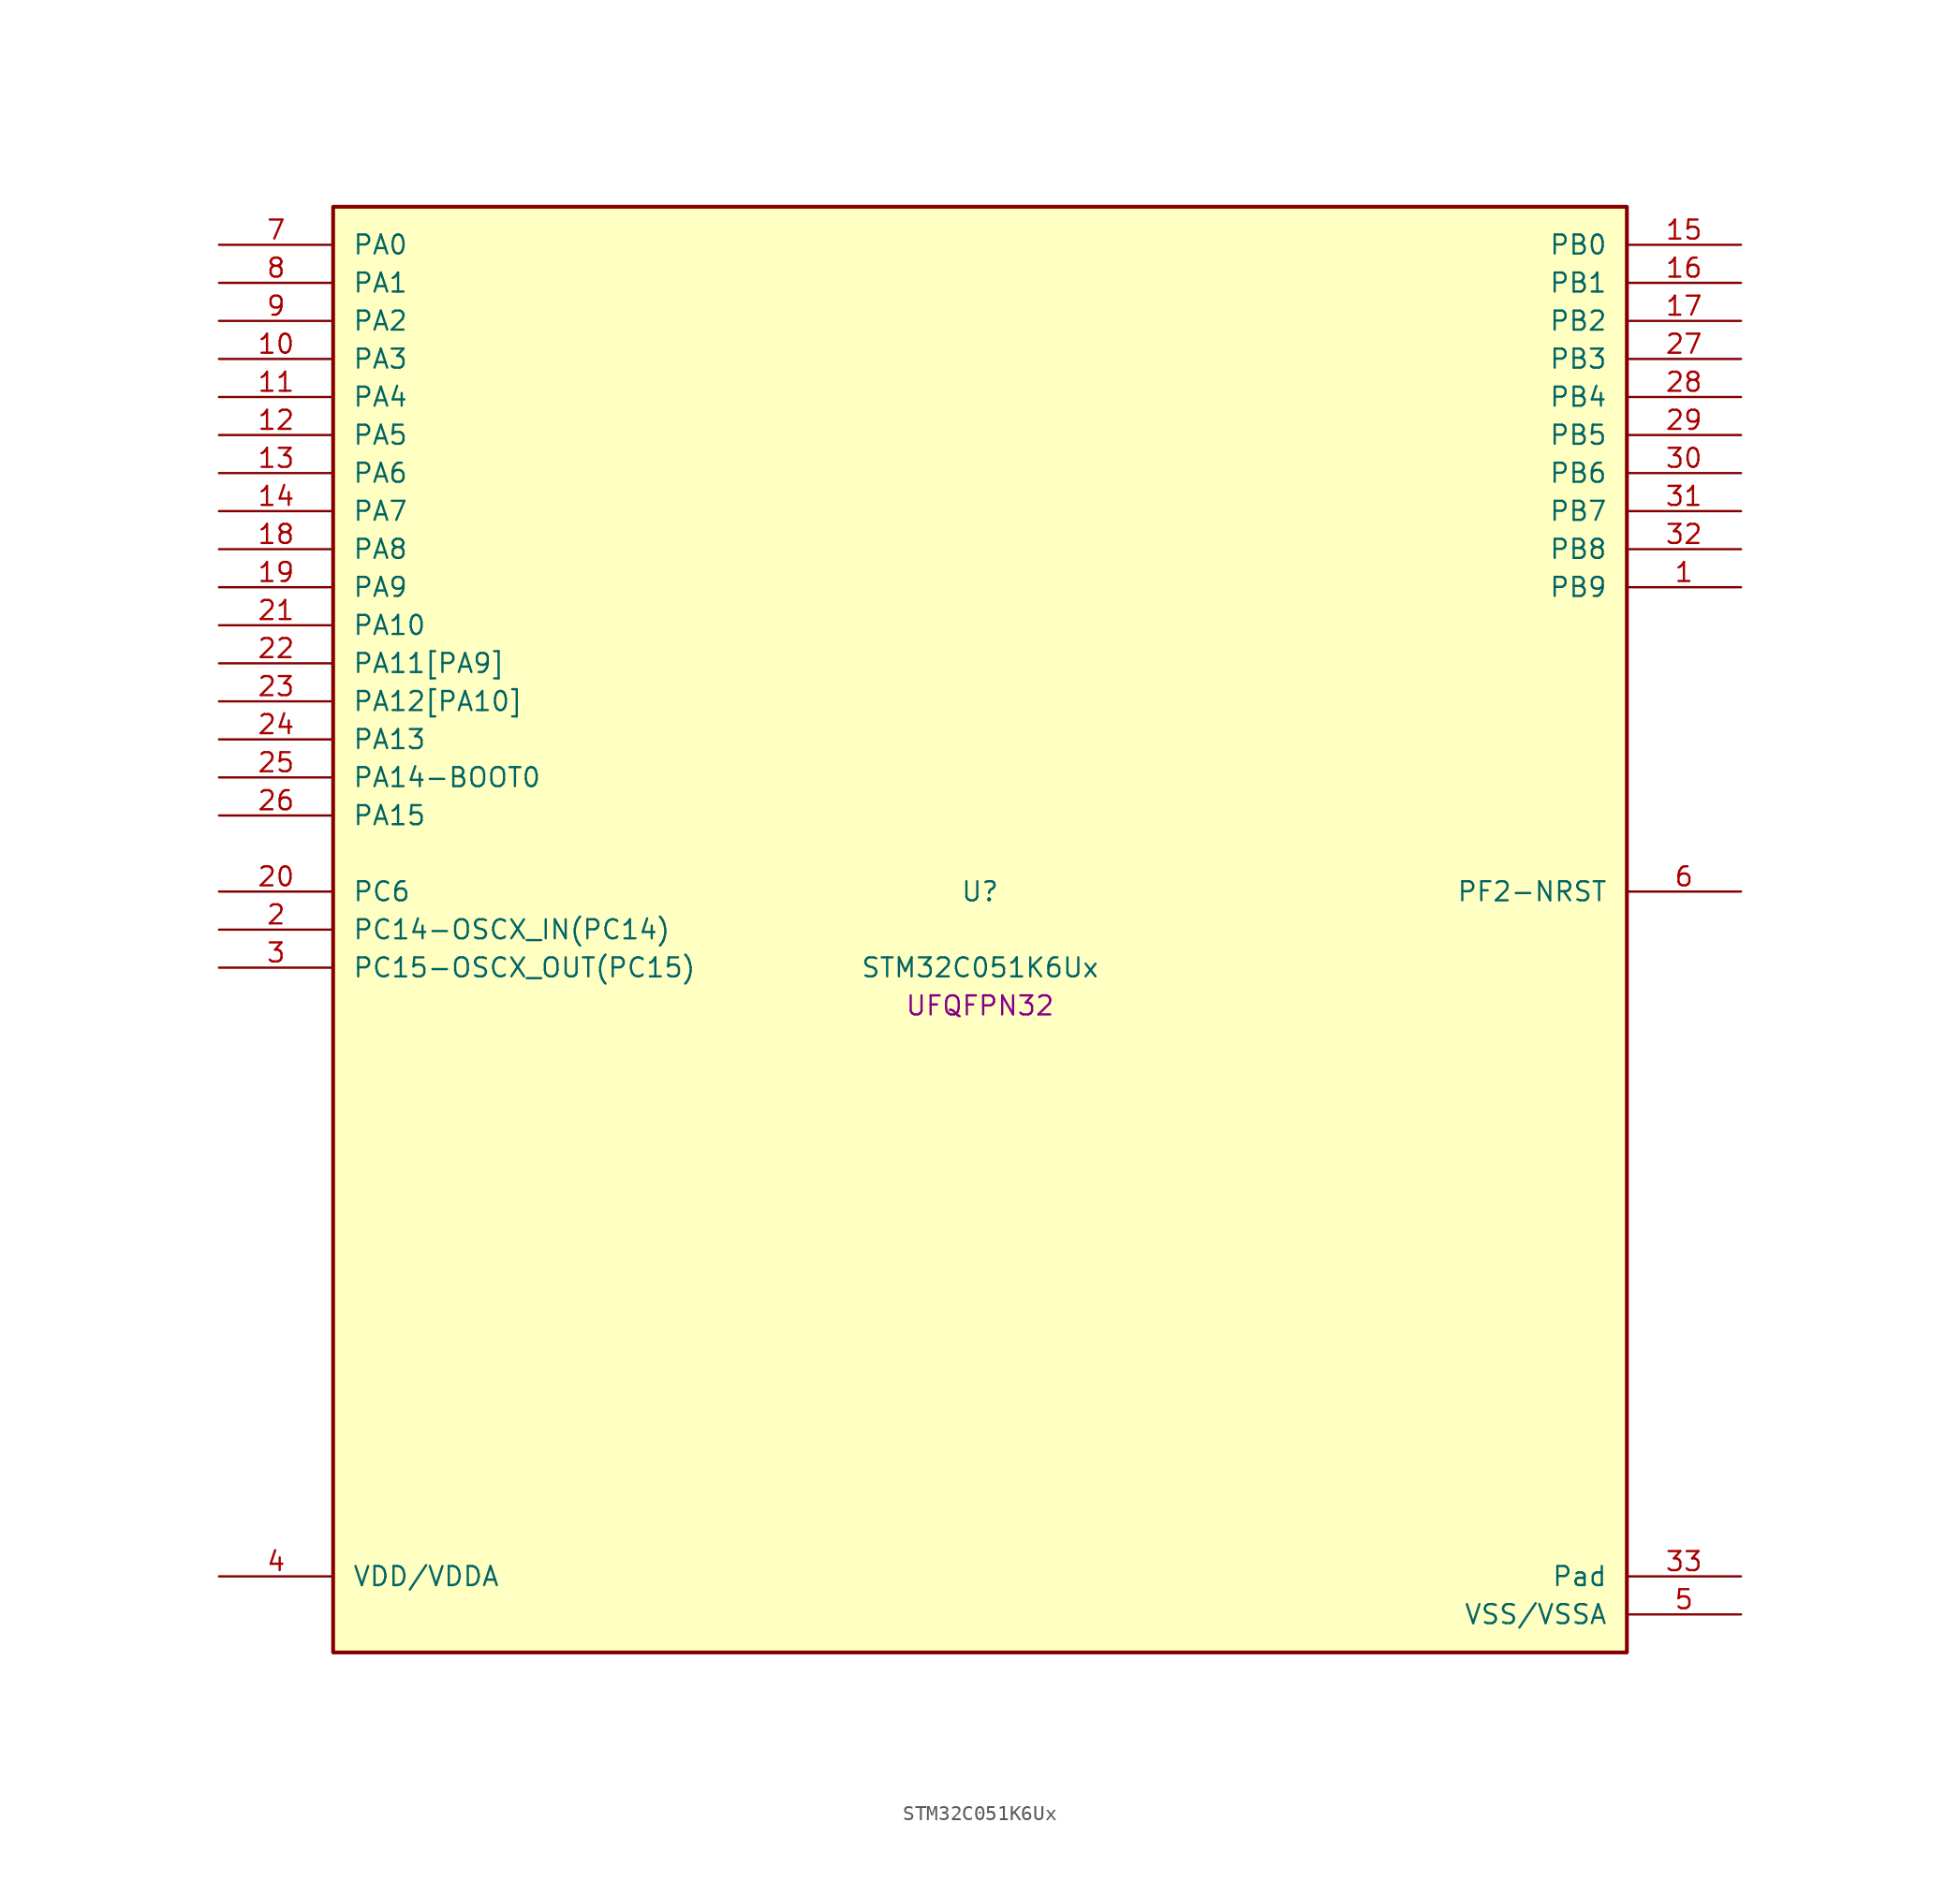
<source format=kicad_sym>
(kicad_symbol_lib
  (version 20241209)
  (generator "stm32_pkl_generator")
  (generator_version "1.0")
  (symbol "STM32C051K6Ux"
    (pin_names
      (offset 1.27))
    (property "Reference" "U"
      (at 0 2.54 0))
    (property "Value" "STM32C051K6Ux"
      (at 0 -2.54 0))
    (property "Footprint" "UFQFPN32"
      (at 0 -5.08 0))
    (symbol "STM32C051K6Ux_1_1"
      (rectangle (start -43.18 48.26) (end 43.18 -48.26) (stroke (width 0.254) (type solid)) (fill (type background)))
      (pin bidirectional line (at -50.8 45.72 0) (length 7.62) (name "PA0") (number "7") (alternate "PA0/ADC1_IN0" bidirectional line) (alternate "PA0/PWR_WKUP1" bidirectional line) (alternate "PA0/SPI2_SCK" bidirectional line) (alternate "PA0/TIM16_CH1" bidirectional line) (alternate "PA0/TIM1_CH1" bidirectional line) (alternate "PA0/TIM2_CH1" bidirectional line) (alternate "PA0/TIM2_ETR" bidirectional line) (alternate "PA0/USART1_TX" bidirectional line) (alternate "PA0/USART2_CTS" bidirectional line) (alternate "PA0/USART2_NSS" bidirectional line))
      (pin bidirectional line (at -50.8 43.18 0) (length 7.62) (name "PA1") (number "8") (alternate "PA1/ADC1_IN1" bidirectional line) (alternate "PA1/I2C1_SMBA" bidirectional line) (alternate "PA1/I2S1_CK" bidirectional line) (alternate "PA1/SPI1_SCK" bidirectional line) (alternate "PA1/TIM17_CH1" bidirectional line) (alternate "PA1/TIM1_CH2" bidirectional line) (alternate "PA1/TIM2_CH2" bidirectional line) (alternate "PA1/USART1_RX" bidirectional line) (alternate "PA1/USART2_CK" bidirectional line) (alternate "PA1/USART2_DE" bidirectional line) (alternate "PA1/USART2_RTS" bidirectional line))
      (pin bidirectional line (at -50.8 40.64 0) (length 7.62) (name "PA2") (number "9") (alternate "PA2/ADC1_IN2" bidirectional line) (alternate "PA2/I2S1_SD" bidirectional line) (alternate "PA2/PWR_WKUP4" bidirectional line) (alternate "PA2/RCC_LSCO" bidirectional line) (alternate "PA2/SPI1_MOSI" bidirectional line) (alternate "PA2/TIM16_CH1N" bidirectional line) (alternate "PA2/TIM1_CH3" bidirectional line) (alternate "PA2/TIM2_CH3" bidirectional line) (alternate "PA2/TIM3_ETR" bidirectional line) (alternate "PA2/USART2_TX" bidirectional line))
      (pin bidirectional line (at -50.8 38.1 0) (length 7.62) (name "PA3") (number "10") (alternate "PA3/ADC1_IN3" bidirectional line) (alternate "PA3/SPI2_MISO" bidirectional line) (alternate "PA3/TIM1_CH1N" bidirectional line) (alternate "PA3/TIM1_CH4" bidirectional line) (alternate "PA3/TIM2_CH4" bidirectional line) (alternate "PA3/USART2_RX" bidirectional line))
      (pin bidirectional line (at -50.8 35.56 0) (length 7.62) (name "PA4") (number "11") (alternate "PA4/ADC1_IN4" bidirectional line) (alternate "PA4/I2S1_WS" bidirectional line) (alternate "PA4/PWR_WKUP2" bidirectional line) (alternate "PA4/RTC_OUT1" bidirectional line) (alternate "PA4/RTC_TS" bidirectional line) (alternate "PA4/SPI1_NSS" bidirectional line) (alternate "PA4/SPI2_MOSI" bidirectional line) (alternate "PA4/TIM14_CH1" bidirectional line) (alternate "PA4/TIM17_CH1N" bidirectional line) (alternate "PA4/TIM1_CH2N" bidirectional line) (alternate "PA4/USART2_TX" bidirectional line))
      (pin bidirectional line (at -50.8 33.02 0) (length 7.62) (name "PA5") (number "12") (alternate "PA5/ADC1_IN5" bidirectional line) (alternate "PA5/I2S1_CK" bidirectional line) (alternate "PA5/SPI1_SCK" bidirectional line) (alternate "PA5/TIM1_CH1" bidirectional line) (alternate "PA5/TIM1_CH3N" bidirectional line) (alternate "PA5/TIM2_CH1" bidirectional line) (alternate "PA5/TIM2_ETR" bidirectional line) (alternate "PA5/USART2_RX" bidirectional line))
      (pin bidirectional line (at -50.8 30.48 0) (length 7.62) (name "PA6") (number "13") (alternate "PA6/ADC1_IN6" bidirectional line) (alternate "PA6/I2C2_SDA" bidirectional line) (alternate "PA6/I2S1_MCK" bidirectional line) (alternate "PA6/SPI1_MISO" bidirectional line) (alternate "PA6/TIM16_CH1" bidirectional line) (alternate "PA6/TIM1_BKIN" bidirectional line) (alternate "PA6/TIM3_CH1" bidirectional line) (alternate "PA6/USART1_TX" bidirectional line))
      (pin bidirectional line (at -50.8 27.94 0) (length 7.62) (name "PA7") (number "14") (alternate "PA7/ADC1_IN7" bidirectional line) (alternate "PA7/I2C2_SCL" bidirectional line) (alternate "PA7/I2S1_SD" bidirectional line) (alternate "PA7/SPI1_MOSI" bidirectional line) (alternate "PA7/TIM14_CH1" bidirectional line) (alternate "PA7/TIM17_CH1" bidirectional line) (alternate "PA7/TIM1_CH1N" bidirectional line) (alternate "PA7/TIM3_CH2" bidirectional line) (alternate "PA7/USART1_RX" bidirectional line))
      (pin bidirectional line (at -50.8 25.4 0) (length 7.62) (name "PA8") (number "18") (alternate "PA8/ADC1_IN8" bidirectional line) (alternate "PA8/I2S1_WS" bidirectional line) (alternate "PA8/RCC_MCO" bidirectional line) (alternate "PA8/RCC_MCO_2" bidirectional line) (alternate "PA8/SPI1_NSS" bidirectional line) (alternate "PA8/SPI2_MISO" bidirectional line) (alternate "PA8/SPI2_NSS" bidirectional line) (alternate "PA8/TIM14_CH1" bidirectional line) (alternate "PA8/TIM1_CH1" bidirectional line) (alternate "PA8/TIM1_CH2N" bidirectional line) (alternate "PA8/TIM1_CH3N" bidirectional line) (alternate "PA8/TIM3_CH3" bidirectional line) (alternate "PA8/TIM3_CH4" bidirectional line) (alternate "PA8/USART1_RX" bidirectional line) (alternate "PA8/USART2_TX" bidirectional line))
      (pin bidirectional line (at -50.8 22.86 0) (length 7.62) (name "PA9") (number "19") (alternate "PA9/I2C1_SCL" bidirectional line) (alternate "PA9/I2C2_SCL" bidirectional line) (alternate "PA9/RCC_MCO" bidirectional line) (alternate "PA9/SPI2_MISO" bidirectional line) (alternate "PA9/TIM1_CH2" bidirectional line) (alternate "PA9/TIM3_ETR" bidirectional line) (alternate "PA9/USART1_TX" bidirectional line) (alternate "PA9/NC" bidirectional line))
      (pin bidirectional line (at -50.8 20.32 0) (length 7.62) (name "PA10") (number "21") (alternate "PA10/I2C1_SDA" bidirectional line) (alternate "PA10/I2C2_SDA" bidirectional line) (alternate "PA10/RCC_MCO_2" bidirectional line) (alternate "PA10/SPI2_MOSI" bidirectional line) (alternate "PA10/TIM17_BKIN" bidirectional line) (alternate "PA10/TIM1_CH3" bidirectional line) (alternate "PA10/USART1_RX" bidirectional line) (alternate "PA10/NC" bidirectional line))
      (pin bidirectional line (at -50.8 17.78 0) (length 7.62) (name "PA11[PA9]") (number "22") (alternate "PA11[PA9]/ADC1_EXTI11" bidirectional line) (alternate "PA11[PA9]/ADC1_IN11" bidirectional line) (alternate "PA11[PA9]/I2C2_SCL" bidirectional line) (alternate "PA11[PA9]/I2S1_MCK" bidirectional line) (alternate "PA11[PA9]/SPI1_MISO" bidirectional line) (alternate "PA11[PA9]/TIM1_BKIN2" bidirectional line) (alternate "PA11[PA9]/TIM1_CH4" bidirectional line) (alternate "PA11[PA9]/USART1_CTS" bidirectional line) (alternate "PA11[PA9]/USART1_NSS" bidirectional line) (alternate "PA11[PA9]/PA9[PA11]" bidirectional line) (alternate "PA11[PA9]/I2C1_SCL" bidirectional line) (alternate "PA11[PA9]/RCC_MCO" bidirectional line) (alternate "PA11[PA9]/SPI2_MISO" bidirectional line) (alternate "PA11[PA9]/TIM1_CH2" bidirectional line) (alternate "PA11[PA9]/TIM3_ETR" bidirectional line) (alternate "PA11[PA9]/USART1_TX" bidirectional line))
      (pin bidirectional line (at -50.8 15.24 0) (length 7.62) (name "PA12[PA10]") (number "23") (alternate "PA12[PA10]/ADC1_IN12" bidirectional line) (alternate "PA12[PA10]/I2C2_SDA" bidirectional line) (alternate "PA12[PA10]/I2S1_SD" bidirectional line) (alternate "PA12[PA10]/I2S_CKIN" bidirectional line) (alternate "PA12[PA10]/SPI1_MOSI" bidirectional line) (alternate "PA12[PA10]/TIM1_ETR" bidirectional line) (alternate "PA12[PA10]/USART1_CK" bidirectional line) (alternate "PA12[PA10]/USART1_DE" bidirectional line) (alternate "PA12[PA10]/USART1_RTS" bidirectional line) (alternate "PA12[PA10]/PA10[PA12]" bidirectional line) (alternate "PA12[PA10]/I2C1_SDA" bidirectional line) (alternate "PA12[PA10]/RCC_MCO_2" bidirectional line) (alternate "PA12[PA10]/SPI2_MOSI" bidirectional line) (alternate "PA12[PA10]/TIM17_BKIN" bidirectional line) (alternate "PA12[PA10]/TIM1_CH3" bidirectional line) (alternate "PA12[PA10]/USART1_RX" bidirectional line))
      (pin bidirectional line (at -50.8 12.7 0) (length 7.62) (name "PA13") (number "24") (alternate "PA13/ADC1_IN13" bidirectional line) (alternate "PA13/DEBUG_SWDIO" bidirectional line) (alternate "PA13/IR_OUT" bidirectional line) (alternate "PA13/TIM3_ETR" bidirectional line) (alternate "PA13/USART2_RX" bidirectional line))
      (pin bidirectional line (at -50.8 10.16 0) (length 7.62) (name "PA14-BOOT0") (number "25") (alternate "PA14-BOOT0/ADC1_IN14" bidirectional line) (alternate "PA14-BOOT0/BOOT0" bidirectional line) (alternate "PA14-BOOT0/DEBUG_SWCLK" bidirectional line) (alternate "PA14-BOOT0/I2S1_WS" bidirectional line) (alternate "PA14-BOOT0/RCC_MCO_2" bidirectional line) (alternate "PA14-BOOT0/SPI1_NSS" bidirectional line) (alternate "PA14-BOOT0/TIM1_CH1" bidirectional line) (alternate "PA14-BOOT0/USART1_CK" bidirectional line) (alternate "PA14-BOOT0/USART1_DE" bidirectional line) (alternate "PA14-BOOT0/USART1_RTS" bidirectional line) (alternate "PA14-BOOT0/USART2_RX" bidirectional line) (alternate "PA14-BOOT0/USART2_TX" bidirectional line))
      (pin bidirectional line (at -50.8 7.62 0) (length 7.62) (name "PA15") (number "26") (alternate "PA15/I2S1_WS" bidirectional line) (alternate "PA15/RCC_MCO_2" bidirectional line) (alternate "PA15/SPI1_NSS" bidirectional line) (alternate "PA15/TIM1_CH1" bidirectional line) (alternate "PA15/TIM2_CH1" bidirectional line) (alternate "PA15/TIM2_ETR" bidirectional line) (alternate "PA15/USART1_CK" bidirectional line) (alternate "PA15/USART1_DE" bidirectional line) (alternate "PA15/USART1_RTS" bidirectional line) (alternate "PA15/USART2_RX" bidirectional line))
      (pin bidirectional line (at 50.8 45.72 180) (length 7.62) (name "PB0") (number "15") (alternate "PB0/ADC1_IN17" bidirectional line) (alternate "PB0/I2S1_WS" bidirectional line) (alternate "PB0/SPI1_NSS" bidirectional line) (alternate "PB0/TIM1_CH2N" bidirectional line) (alternate "PB0/TIM3_CH3" bidirectional line))
      (pin bidirectional line (at 50.8 43.18 180) (length 7.62) (name "PB1") (number "16") (alternate "PB1/ADC1_IN18" bidirectional line) (alternate "PB1/TIM14_CH1" bidirectional line) (alternate "PB1/TIM1_CH2N" bidirectional line) (alternate "PB1/TIM1_CH3N" bidirectional line) (alternate "PB1/TIM3_CH4" bidirectional line))
      (pin bidirectional line (at 50.8 40.64 180) (length 7.62) (name "PB2") (number "17") (alternate "PB2/ADC1_IN19" bidirectional line) (alternate "PB2/RCC_MCO_2" bidirectional line) (alternate "PB2/SPI2_MISO" bidirectional line) (alternate "PB2/USART1_RX" bidirectional line))
      (pin bidirectional line (at 50.8 38.1 180) (length 7.62) (name "PB3") (number "27") (alternate "PB3/I2C2_SCL" bidirectional line) (alternate "PB3/I2S1_CK" bidirectional line) (alternate "PB3/SPI1_SCK" bidirectional line) (alternate "PB3/TIM1_CH2" bidirectional line) (alternate "PB3/TIM2_CH2" bidirectional line) (alternate "PB3/TIM3_CH2" bidirectional line) (alternate "PB3/USART1_CK" bidirectional line) (alternate "PB3/USART1_DE" bidirectional line) (alternate "PB3/USART1_RTS" bidirectional line))
      (pin bidirectional line (at 50.8 35.56 180) (length 7.62) (name "PB4") (number "28") (alternate "PB4/I2C2_SDA" bidirectional line) (alternate "PB4/I2S1_MCK" bidirectional line) (alternate "PB4/SPI1_MISO" bidirectional line) (alternate "PB4/TIM17_BKIN" bidirectional line) (alternate "PB4/TIM3_CH1" bidirectional line) (alternate "PB4/USART1_CTS" bidirectional line) (alternate "PB4/USART1_NSS" bidirectional line))
      (pin bidirectional line (at 50.8 33.02 180) (length 7.62) (name "PB5") (number "29") (alternate "PB5/I2C1_SMBA" bidirectional line) (alternate "PB5/I2S1_SD" bidirectional line) (alternate "PB5/PWR_WKUP6" bidirectional line) (alternate "PB5/SPI1_MOSI" bidirectional line) (alternate "PB5/TIM16_BKIN" bidirectional line) (alternate "PB5/TIM3_CH2" bidirectional line) (alternate "PB5/TIM3_CH3" bidirectional line))
      (pin bidirectional line (at 50.8 30.48 180) (length 7.62) (name "PB6") (number "30") (alternate "PB6/I2C1_SCL" bidirectional line) (alternate "PB6/I2C1_SMBA" bidirectional line) (alternate "PB6/I2S1_CK" bidirectional line) (alternate "PB6/I2S1_MCK" bidirectional line) (alternate "PB6/I2S1_SD" bidirectional line) (alternate "PB6/PWR_WKUP3" bidirectional line) (alternate "PB6/SPI1_MISO" bidirectional line) (alternate "PB6/SPI1_MOSI" bidirectional line) (alternate "PB6/SPI1_SCK" bidirectional line) (alternate "PB6/SPI2_MISO" bidirectional line) (alternate "PB6/TIM16_BKIN" bidirectional line) (alternate "PB6/TIM16_CH1N" bidirectional line) (alternate "PB6/TIM17_BKIN" bidirectional line) (alternate "PB6/TIM1_CH2" bidirectional line) (alternate "PB6/TIM1_CH3" bidirectional line) (alternate "PB6/TIM3_CH1" bidirectional line) (alternate "PB6/TIM3_CH2" bidirectional line) (alternate "PB6/TIM3_CH3" bidirectional line) (alternate "PB6/USART1_CTS" bidirectional line) (alternate "PB6/USART1_NSS" bidirectional line) (alternate "PB6/USART1_TX" bidirectional line))
      (pin bidirectional line (at 50.8 27.94 180) (length 7.62) (name "PB7") (number "31") (alternate "PB7/I2C1_SCL" bidirectional line) (alternate "PB7/I2C1_SDA" bidirectional line) (alternate "PB7/RTC_REFIN" bidirectional line) (alternate "PB7/SPI2_MOSI" bidirectional line) (alternate "PB7/TIM16_CH1" bidirectional line) (alternate "PB7/TIM17_CH1N" bidirectional line) (alternate "PB7/TIM1_CH1" bidirectional line) (alternate "PB7/TIM1_CH4" bidirectional line) (alternate "PB7/TIM3_CH1" bidirectional line) (alternate "PB7/TIM3_CH4" bidirectional line) (alternate "PB7/USART1_RX" bidirectional line) (alternate "PB7/USART2_CTS" bidirectional line) (alternate "PB7/USART2_NSS" bidirectional line))
      (pin bidirectional line (at 50.8 25.4 180) (length 7.62) (name "PB8") (number "32") (alternate "PB8/I2C1_SCL" bidirectional line) (alternate "PB8/SPI2_SCK" bidirectional line) (alternate "PB8/TIM16_CH1" bidirectional line) (alternate "PB8/TIM3_CH1" bidirectional line) (alternate "PB8/USART2_CTS" bidirectional line) (alternate "PB8/USART2_NSS" bidirectional line))
      (pin bidirectional line (at 50.8 22.86 180) (length 7.62) (name "PB9") (number "1") (alternate "PB9/I2C1_SDA" bidirectional line) (alternate "PB9/IR_OUT" bidirectional line) (alternate "PB9/SPI2_NSS" bidirectional line) (alternate "PB9/TIM17_CH1" bidirectional line) (alternate "PB9/TIM3_CH2" bidirectional line) (alternate "PB9/USART2_CK" bidirectional line) (alternate "PB9/USART2_DE" bidirectional line) (alternate "PB9/USART2_RTS" bidirectional line))
      (pin bidirectional line (at -50.8 2.54 0) (length 7.62) (name "PC6") (number "20") (alternate "PC6/TIM2_CH3" bidirectional line) (alternate "PC6/TIM3_CH1" bidirectional line))
      (pin bidirectional line (at -50.8 0 0) (length 7.62) (name "PC14-OSCX_IN(PC14)") (number "2") (alternate "PC14-OSCX_IN(PC14)/I2C1_SDA" bidirectional line) (alternate "PC14-OSCX_IN(PC14)/IR_OUT" bidirectional line) (alternate "PC14-OSCX_IN(PC14)/RCC_OSCX_IN" bidirectional line) (alternate "PC14-OSCX_IN(PC14)/SPI2_NSS" bidirectional line) (alternate "PC14-OSCX_IN(PC14)/TIM17_CH1" bidirectional line) (alternate "PC14-OSCX_IN(PC14)/TIM1_BKIN2" bidirectional line) (alternate "PC14-OSCX_IN(PC14)/TIM1_ETR" bidirectional line) (alternate "PC14-OSCX_IN(PC14)/TIM3_CH2" bidirectional line) (alternate "PC14-OSCX_IN(PC14)/USART1_RX" bidirectional line) (alternate "PC14-OSCX_IN(PC14)/USART1_TX" bidirectional line) (alternate "PC14-OSCX_IN(PC14)/USART2_CK" bidirectional line) (alternate "PC14-OSCX_IN(PC14)/USART2_DE" bidirectional line) (alternate "PC14-OSCX_IN(PC14)/USART2_RTS" bidirectional line))
      (pin bidirectional line (at -50.8 -2.54 0) (length 7.62) (name "PC15-OSCX_OUT(PC15)") (number "3") (alternate "PC15-OSCX_OUT(PC15)/RCC_OSC32_EN" bidirectional line) (alternate "PC15-OSCX_OUT(PC15)/RCC_OSCX_OUT" bidirectional line) (alternate "PC15-OSCX_OUT(PC15)/RCC_OSC_EN" bidirectional line) (alternate "PC15-OSCX_OUT(PC15)/TIM1_CH2" bidirectional line) (alternate "PC15-OSCX_OUT(PC15)/TIM1_ETR" bidirectional line) (alternate "PC15-OSCX_OUT(PC15)/TIM3_CH3" bidirectional line))
      (pin bidirectional line (at 50.8 2.54 180) (length 7.62) (name "PF2-NRST") (number "6") (alternate "PF2-NRST/RCC_MCO" bidirectional line) (alternate "PF2-NRST/TIM1_CH4" bidirectional line))
      (pin power_in line (at -50.8 -43.18 0) (length 7.62) (name "VDD/VDDA") (number "4"))
      (pin passive line (at 50.8 -43.18 180) (length 7.62) (name "Pad") (number "33"))
      (pin power_in line (at 50.8 -45.72 180) (length 7.62) (name "VSS/VSSA") (number "5")))))
</source>
